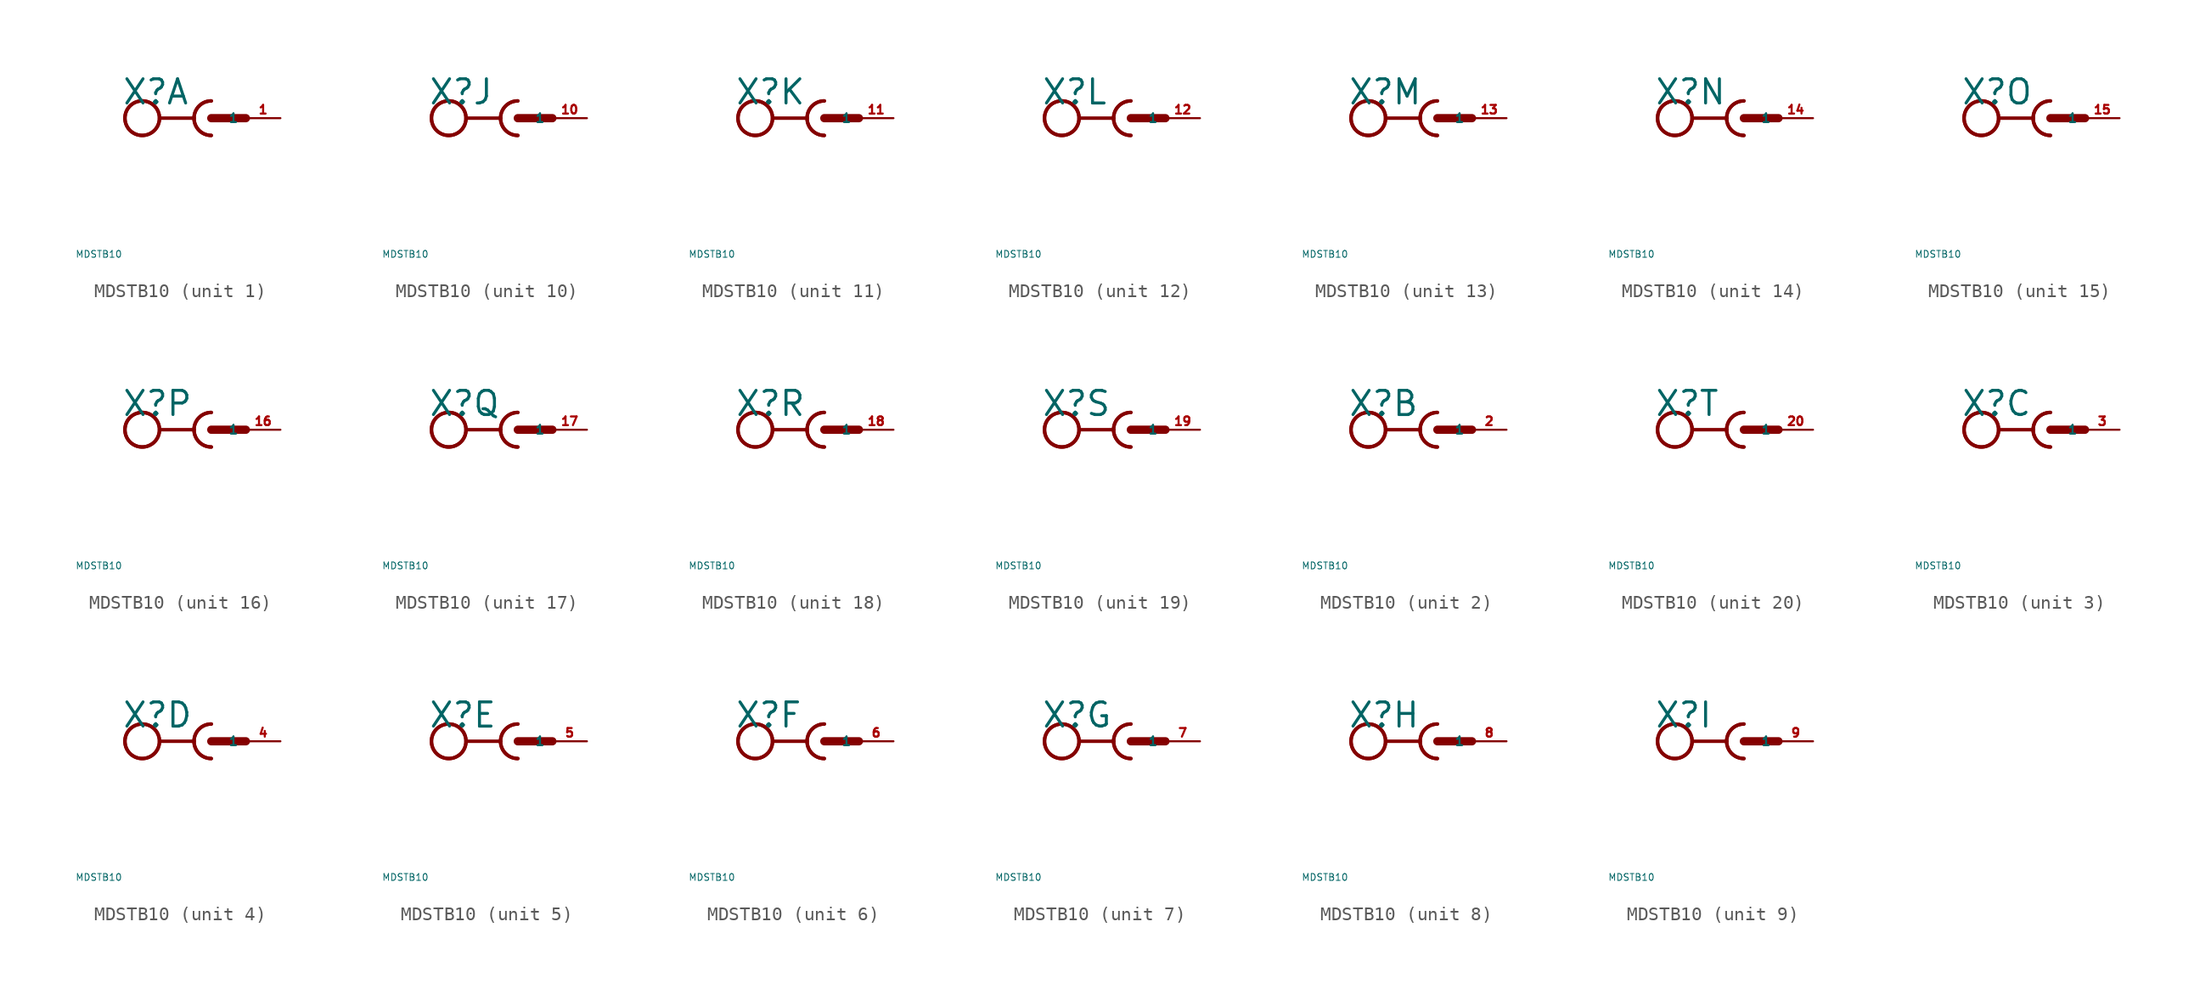
<source format=kicad_sym>
(kicad_symbol_lib
  (version 20220914)
  (generator Eagle2Kicad)
  (symbol "MDSTB10"
    (property "Reference" "X"
      (at -6.604 0.889 0)
      (effects (font (size 1.778 1.778) (thickness 0.22)) (justify left bottom)))
    (property "Value" "MDSTB10"
      (at -10 -10 0)
      (effects (font (size 0.5 0.5) (thickness 0.06)) (justify left)))
    (symbol "MDSTB10_1_0"
      (arc (start -1.27 0) (mid -0.898 -0.898) (end 0 -1.27) (stroke (width 0.254) (type default)) (fill (type none)))
      (arc (start 0 1.27) (mid -0.898 0.898) (end -1.27 0) (stroke (width 0.254) (type default)) (fill (type none)))
      (polyline (pts (xy -3.81 0) (xy -1.27 0)) (stroke (width 0.254) (type default)) (fill (type none)))
      (arc (start 0 1.27) (mid -1.270 0.000) (end 0 -1.27) (stroke (width 0.254) (type default)) (fill (type none)))
      (polyline (pts (xy 0 0) (xy 2.54 0)) (stroke (width 0.61) (type default)) (fill (type none)))
      (circle (center -5.08 0) (radius 1.27) (stroke (width 0.254) (type default)) (fill (type none)))
      (circle (center -5.08 0) (radius 1.27) (stroke (width 0.254) (type default)) (fill (type none)))
      (pin passive line (at 5.08 0 180) (length 2.54) (name "1" (effects (font (size 0.635 0.635) (thickness 0.08)) (justify left bottom))) (number "1" (effects (font (size 0.635 0.635) (thickness 0.08)) (justify left bottom)))))
    (symbol "MDSTB10_2_0"
      (arc (start -1.27 0) (mid -0.898 -0.898) (end 0 -1.27) (stroke (width 0.254) (type default)) (fill (type none)))
      (arc (start 0 1.27) (mid -0.898 0.898) (end -1.27 0) (stroke (width 0.254) (type default)) (fill (type none)))
      (polyline (pts (xy -3.81 0) (xy -1.27 0)) (stroke (width 0.254) (type default)) (fill (type none)))
      (arc (start 0 1.27) (mid -1.270 0.000) (end 0 -1.27) (stroke (width 0.254) (type default)) (fill (type none)))
      (polyline (pts (xy 0 0) (xy 2.54 0)) (stroke (width 0.61) (type default)) (fill (type none)))
      (circle (center -5.08 0) (radius 1.27) (stroke (width 0.254) (type default)) (fill (type none)))
      (circle (center -5.08 0) (radius 1.27) (stroke (width 0.254) (type default)) (fill (type none)))
      (pin passive line (at 5.08 0 180) (length 2.54) (name "1" (effects (font (size 0.635 0.635) (thickness 0.08)) (justify left bottom))) (number "2" (effects (font (size 0.635 0.635) (thickness 0.08)) (justify left bottom)))))
    (symbol "MDSTB10_3_0"
      (arc (start -1.27 0) (mid -0.898 -0.898) (end 0 -1.27) (stroke (width 0.254) (type default)) (fill (type none)))
      (arc (start 0 1.27) (mid -0.898 0.898) (end -1.27 0) (stroke (width 0.254) (type default)) (fill (type none)))
      (polyline (pts (xy -3.81 0) (xy -1.27 0)) (stroke (width 0.254) (type default)) (fill (type none)))
      (arc (start 0 1.27) (mid -1.270 0.000) (end 0 -1.27) (stroke (width 0.254) (type default)) (fill (type none)))
      (polyline (pts (xy 0 0) (xy 2.54 0)) (stroke (width 0.61) (type default)) (fill (type none)))
      (circle (center -5.08 0) (radius 1.27) (stroke (width 0.254) (type default)) (fill (type none)))
      (circle (center -5.08 0) (radius 1.27) (stroke (width 0.254) (type default)) (fill (type none)))
      (pin passive line (at 5.08 0 180) (length 2.54) (name "1" (effects (font (size 0.635 0.635) (thickness 0.08)) (justify left bottom))) (number "3" (effects (font (size 0.635 0.635) (thickness 0.08)) (justify left bottom)))))
    (symbol "MDSTB10_4_0"
      (arc (start -1.27 0) (mid -0.898 -0.898) (end 0 -1.27) (stroke (width 0.254) (type default)) (fill (type none)))
      (arc (start 0 1.27) (mid -0.898 0.898) (end -1.27 0) (stroke (width 0.254) (type default)) (fill (type none)))
      (polyline (pts (xy -3.81 0) (xy -1.27 0)) (stroke (width 0.254) (type default)) (fill (type none)))
      (arc (start 0 1.27) (mid -1.270 0.000) (end 0 -1.27) (stroke (width 0.254) (type default)) (fill (type none)))
      (polyline (pts (xy 0 0) (xy 2.54 0)) (stroke (width 0.61) (type default)) (fill (type none)))
      (circle (center -5.08 0) (radius 1.27) (stroke (width 0.254) (type default)) (fill (type none)))
      (circle (center -5.08 0) (radius 1.27) (stroke (width 0.254) (type default)) (fill (type none)))
      (pin passive line (at 5.08 0 180) (length 2.54) (name "1" (effects (font (size 0.635 0.635) (thickness 0.08)) (justify left bottom))) (number "4" (effects (font (size 0.635 0.635) (thickness 0.08)) (justify left bottom)))))
    (symbol "MDSTB10_5_0"
      (arc (start -1.27 0) (mid -0.898 -0.898) (end 0 -1.27) (stroke (width 0.254) (type default)) (fill (type none)))
      (arc (start 0 1.27) (mid -0.898 0.898) (end -1.27 0) (stroke (width 0.254) (type default)) (fill (type none)))
      (polyline (pts (xy -3.81 0) (xy -1.27 0)) (stroke (width 0.254) (type default)) (fill (type none)))
      (arc (start 0 1.27) (mid -1.270 0.000) (end 0 -1.27) (stroke (width 0.254) (type default)) (fill (type none)))
      (polyline (pts (xy 0 0) (xy 2.54 0)) (stroke (width 0.61) (type default)) (fill (type none)))
      (circle (center -5.08 0) (radius 1.27) (stroke (width 0.254) (type default)) (fill (type none)))
      (circle (center -5.08 0) (radius 1.27) (stroke (width 0.254) (type default)) (fill (type none)))
      (pin passive line (at 5.08 0 180) (length 2.54) (name "1" (effects (font (size 0.635 0.635) (thickness 0.08)) (justify left bottom))) (number "5" (effects (font (size 0.635 0.635) (thickness 0.08)) (justify left bottom)))))
    (symbol "MDSTB10_6_0"
      (arc (start -1.27 0) (mid -0.898 -0.898) (end 0 -1.27) (stroke (width 0.254) (type default)) (fill (type none)))
      (arc (start 0 1.27) (mid -0.898 0.898) (end -1.27 0) (stroke (width 0.254) (type default)) (fill (type none)))
      (polyline (pts (xy -3.81 0) (xy -1.27 0)) (stroke (width 0.254) (type default)) (fill (type none)))
      (arc (start 0 1.27) (mid -1.270 0.000) (end 0 -1.27) (stroke (width 0.254) (type default)) (fill (type none)))
      (polyline (pts (xy 0 0) (xy 2.54 0)) (stroke (width 0.61) (type default)) (fill (type none)))
      (circle (center -5.08 0) (radius 1.27) (stroke (width 0.254) (type default)) (fill (type none)))
      (circle (center -5.08 0) (radius 1.27) (stroke (width 0.254) (type default)) (fill (type none)))
      (pin passive line (at 5.08 0 180) (length 2.54) (name "1" (effects (font (size 0.635 0.635) (thickness 0.08)) (justify left bottom))) (number "6" (effects (font (size 0.635 0.635) (thickness 0.08)) (justify left bottom)))))
    (symbol "MDSTB10_7_0"
      (arc (start -1.27 0) (mid -0.898 -0.898) (end 0 -1.27) (stroke (width 0.254) (type default)) (fill (type none)))
      (arc (start 0 1.27) (mid -0.898 0.898) (end -1.27 0) (stroke (width 0.254) (type default)) (fill (type none)))
      (polyline (pts (xy -3.81 0) (xy -1.27 0)) (stroke (width 0.254) (type default)) (fill (type none)))
      (arc (start 0 1.27) (mid -1.270 0.000) (end 0 -1.27) (stroke (width 0.254) (type default)) (fill (type none)))
      (polyline (pts (xy 0 0) (xy 2.54 0)) (stroke (width 0.61) (type default)) (fill (type none)))
      (circle (center -5.08 0) (radius 1.27) (stroke (width 0.254) (type default)) (fill (type none)))
      (circle (center -5.08 0) (radius 1.27) (stroke (width 0.254) (type default)) (fill (type none)))
      (pin passive line (at 5.08 0 180) (length 2.54) (name "1" (effects (font (size 0.635 0.635) (thickness 0.08)) (justify left bottom))) (number "7" (effects (font (size 0.635 0.635) (thickness 0.08)) (justify left bottom)))))
    (symbol "MDSTB10_8_0"
      (arc (start -1.27 0) (mid -0.898 -0.898) (end 0 -1.27) (stroke (width 0.254) (type default)) (fill (type none)))
      (arc (start 0 1.27) (mid -0.898 0.898) (end -1.27 0) (stroke (width 0.254) (type default)) (fill (type none)))
      (polyline (pts (xy -3.81 0) (xy -1.27 0)) (stroke (width 0.254) (type default)) (fill (type none)))
      (arc (start 0 1.27) (mid -1.270 0.000) (end 0 -1.27) (stroke (width 0.254) (type default)) (fill (type none)))
      (polyline (pts (xy 0 0) (xy 2.54 0)) (stroke (width 0.61) (type default)) (fill (type none)))
      (circle (center -5.08 0) (radius 1.27) (stroke (width 0.254) (type default)) (fill (type none)))
      (circle (center -5.08 0) (radius 1.27) (stroke (width 0.254) (type default)) (fill (type none)))
      (pin passive line (at 5.08 0 180) (length 2.54) (name "1" (effects (font (size 0.635 0.635) (thickness 0.08)) (justify left bottom))) (number "8" (effects (font (size 0.635 0.635) (thickness 0.08)) (justify left bottom)))))
    (symbol "MDSTB10_9_0"
      (arc (start -1.27 0) (mid -0.898 -0.898) (end 0 -1.27) (stroke (width 0.254) (type default)) (fill (type none)))
      (arc (start 0 1.27) (mid -0.898 0.898) (end -1.27 0) (stroke (width 0.254) (type default)) (fill (type none)))
      (polyline (pts (xy -3.81 0) (xy -1.27 0)) (stroke (width 0.254) (type default)) (fill (type none)))
      (arc (start 0 1.27) (mid -1.270 0.000) (end 0 -1.27) (stroke (width 0.254) (type default)) (fill (type none)))
      (polyline (pts (xy 0 0) (xy 2.54 0)) (stroke (width 0.61) (type default)) (fill (type none)))
      (circle (center -5.08 0) (radius 1.27) (stroke (width 0.254) (type default)) (fill (type none)))
      (circle (center -5.08 0) (radius 1.27) (stroke (width 0.254) (type default)) (fill (type none)))
      (pin passive line (at 5.08 0 180) (length 2.54) (name "1" (effects (font (size 0.635 0.635) (thickness 0.08)) (justify left bottom))) (number "9" (effects (font (size 0.635 0.635) (thickness 0.08)) (justify left bottom)))))
    (symbol "MDSTB10_10_0"
      (arc (start -1.27 0) (mid -0.898 -0.898) (end 0 -1.27) (stroke (width 0.254) (type default)) (fill (type none)))
      (arc (start 0 1.27) (mid -0.898 0.898) (end -1.27 0) (stroke (width 0.254) (type default)) (fill (type none)))
      (polyline (pts (xy -3.81 0) (xy -1.27 0)) (stroke (width 0.254) (type default)) (fill (type none)))
      (arc (start 0 1.27) (mid -1.270 0.000) (end 0 -1.27) (stroke (width 0.254) (type default)) (fill (type none)))
      (polyline (pts (xy 0 0) (xy 2.54 0)) (stroke (width 0.61) (type default)) (fill (type none)))
      (circle (center -5.08 0) (radius 1.27) (stroke (width 0.254) (type default)) (fill (type none)))
      (circle (center -5.08 0) (radius 1.27) (stroke (width 0.254) (type default)) (fill (type none)))
      (pin passive line (at 5.08 0 180) (length 2.54) (name "1" (effects (font (size 0.635 0.635) (thickness 0.08)) (justify left bottom))) (number "10" (effects (font (size 0.635 0.635) (thickness 0.08)) (justify left bottom)))))
    (symbol "MDSTB10_11_0"
      (arc (start -1.27 0) (mid -0.898 -0.898) (end 0 -1.27) (stroke (width 0.254) (type default)) (fill (type none)))
      (arc (start 0 1.27) (mid -0.898 0.898) (end -1.27 0) (stroke (width 0.254) (type default)) (fill (type none)))
      (polyline (pts (xy -3.81 0) (xy -1.27 0)) (stroke (width 0.254) (type default)) (fill (type none)))
      (arc (start 0 1.27) (mid -1.270 0.000) (end 0 -1.27) (stroke (width 0.254) (type default)) (fill (type none)))
      (polyline (pts (xy 0 0) (xy 2.54 0)) (stroke (width 0.61) (type default)) (fill (type none)))
      (circle (center -5.08 0) (radius 1.27) (stroke (width 0.254) (type default)) (fill (type none)))
      (circle (center -5.08 0) (radius 1.27) (stroke (width 0.254) (type default)) (fill (type none)))
      (pin passive line (at 5.08 0 180) (length 2.54) (name "1" (effects (font (size 0.635 0.635) (thickness 0.08)) (justify left bottom))) (number "11" (effects (font (size 0.635 0.635) (thickness 0.08)) (justify left bottom)))))
    (symbol "MDSTB10_12_0"
      (arc (start -1.27 0) (mid -0.898 -0.898) (end 0 -1.27) (stroke (width 0.254) (type default)) (fill (type none)))
      (arc (start 0 1.27) (mid -0.898 0.898) (end -1.27 0) (stroke (width 0.254) (type default)) (fill (type none)))
      (polyline (pts (xy -3.81 0) (xy -1.27 0)) (stroke (width 0.254) (type default)) (fill (type none)))
      (arc (start 0 1.27) (mid -1.270 0.000) (end 0 -1.27) (stroke (width 0.254) (type default)) (fill (type none)))
      (polyline (pts (xy 0 0) (xy 2.54 0)) (stroke (width 0.61) (type default)) (fill (type none)))
      (circle (center -5.08 0) (radius 1.27) (stroke (width 0.254) (type default)) (fill (type none)))
      (circle (center -5.08 0) (radius 1.27) (stroke (width 0.254) (type default)) (fill (type none)))
      (pin passive line (at 5.08 0 180) (length 2.54) (name "1" (effects (font (size 0.635 0.635) (thickness 0.08)) (justify left bottom))) (number "12" (effects (font (size 0.635 0.635) (thickness 0.08)) (justify left bottom)))))
    (symbol "MDSTB10_13_0"
      (arc (start -1.27 0) (mid -0.898 -0.898) (end 0 -1.27) (stroke (width 0.254) (type default)) (fill (type none)))
      (arc (start 0 1.27) (mid -0.898 0.898) (end -1.27 0) (stroke (width 0.254) (type default)) (fill (type none)))
      (polyline (pts (xy -3.81 0) (xy -1.27 0)) (stroke (width 0.254) (type default)) (fill (type none)))
      (arc (start 0 1.27) (mid -1.270 0.000) (end 0 -1.27) (stroke (width 0.254) (type default)) (fill (type none)))
      (polyline (pts (xy 0 0) (xy 2.54 0)) (stroke (width 0.61) (type default)) (fill (type none)))
      (circle (center -5.08 0) (radius 1.27) (stroke (width 0.254) (type default)) (fill (type none)))
      (circle (center -5.08 0) (radius 1.27) (stroke (width 0.254) (type default)) (fill (type none)))
      (pin passive line (at 5.08 0 180) (length 2.54) (name "1" (effects (font (size 0.635 0.635) (thickness 0.08)) (justify left bottom))) (number "13" (effects (font (size 0.635 0.635) (thickness 0.08)) (justify left bottom)))))
    (symbol "MDSTB10_14_0"
      (arc (start -1.27 0) (mid -0.898 -0.898) (end 0 -1.27) (stroke (width 0.254) (type default)) (fill (type none)))
      (arc (start 0 1.27) (mid -0.898 0.898) (end -1.27 0) (stroke (width 0.254) (type default)) (fill (type none)))
      (polyline (pts (xy -3.81 0) (xy -1.27 0)) (stroke (width 0.254) (type default)) (fill (type none)))
      (arc (start 0 1.27) (mid -1.270 0.000) (end 0 -1.27) (stroke (width 0.254) (type default)) (fill (type none)))
      (polyline (pts (xy 0 0) (xy 2.54 0)) (stroke (width 0.61) (type default)) (fill (type none)))
      (circle (center -5.08 0) (radius 1.27) (stroke (width 0.254) (type default)) (fill (type none)))
      (circle (center -5.08 0) (radius 1.27) (stroke (width 0.254) (type default)) (fill (type none)))
      (pin passive line (at 5.08 0 180) (length 2.54) (name "1" (effects (font (size 0.635 0.635) (thickness 0.08)) (justify left bottom))) (number "14" (effects (font (size 0.635 0.635) (thickness 0.08)) (justify left bottom)))))
    (symbol "MDSTB10_15_0"
      (arc (start -1.27 0) (mid -0.898 -0.898) (end 0 -1.27) (stroke (width 0.254) (type default)) (fill (type none)))
      (arc (start 0 1.27) (mid -0.898 0.898) (end -1.27 0) (stroke (width 0.254) (type default)) (fill (type none)))
      (polyline (pts (xy -3.81 0) (xy -1.27 0)) (stroke (width 0.254) (type default)) (fill (type none)))
      (arc (start 0 1.27) (mid -1.270 0.000) (end 0 -1.27) (stroke (width 0.254) (type default)) (fill (type none)))
      (polyline (pts (xy 0 0) (xy 2.54 0)) (stroke (width 0.61) (type default)) (fill (type none)))
      (circle (center -5.08 0) (radius 1.27) (stroke (width 0.254) (type default)) (fill (type none)))
      (circle (center -5.08 0) (radius 1.27) (stroke (width 0.254) (type default)) (fill (type none)))
      (pin passive line (at 5.08 0 180) (length 2.54) (name "1" (effects (font (size 0.635 0.635) (thickness 0.08)) (justify left bottom))) (number "15" (effects (font (size 0.635 0.635) (thickness 0.08)) (justify left bottom)))))
    (symbol "MDSTB10_16_0"
      (arc (start -1.27 0) (mid -0.898 -0.898) (end 0 -1.27) (stroke (width 0.254) (type default)) (fill (type none)))
      (arc (start 0 1.27) (mid -0.898 0.898) (end -1.27 0) (stroke (width 0.254) (type default)) (fill (type none)))
      (polyline (pts (xy -3.81 0) (xy -1.27 0)) (stroke (width 0.254) (type default)) (fill (type none)))
      (arc (start 0 1.27) (mid -1.270 0.000) (end 0 -1.27) (stroke (width 0.254) (type default)) (fill (type none)))
      (polyline (pts (xy 0 0) (xy 2.54 0)) (stroke (width 0.61) (type default)) (fill (type none)))
      (circle (center -5.08 0) (radius 1.27) (stroke (width 0.254) (type default)) (fill (type none)))
      (circle (center -5.08 0) (radius 1.27) (stroke (width 0.254) (type default)) (fill (type none)))
      (pin passive line (at 5.08 0 180) (length 2.54) (name "1" (effects (font (size 0.635 0.635) (thickness 0.08)) (justify left bottom))) (number "16" (effects (font (size 0.635 0.635) (thickness 0.08)) (justify left bottom)))))
    (symbol "MDSTB10_17_0"
      (arc (start -1.27 0) (mid -0.898 -0.898) (end 0 -1.27) (stroke (width 0.254) (type default)) (fill (type none)))
      (arc (start 0 1.27) (mid -0.898 0.898) (end -1.27 0) (stroke (width 0.254) (type default)) (fill (type none)))
      (polyline (pts (xy -3.81 0) (xy -1.27 0)) (stroke (width 0.254) (type default)) (fill (type none)))
      (arc (start 0 1.27) (mid -1.270 0.000) (end 0 -1.27) (stroke (width 0.254) (type default)) (fill (type none)))
      (polyline (pts (xy 0 0) (xy 2.54 0)) (stroke (width 0.61) (type default)) (fill (type none)))
      (circle (center -5.08 0) (radius 1.27) (stroke (width 0.254) (type default)) (fill (type none)))
      (circle (center -5.08 0) (radius 1.27) (stroke (width 0.254) (type default)) (fill (type none)))
      (pin passive line (at 5.08 0 180) (length 2.54) (name "1" (effects (font (size 0.635 0.635) (thickness 0.08)) (justify left bottom))) (number "17" (effects (font (size 0.635 0.635) (thickness 0.08)) (justify left bottom)))))
    (symbol "MDSTB10_18_0"
      (arc (start -1.27 0) (mid -0.898 -0.898) (end 0 -1.27) (stroke (width 0.254) (type default)) (fill (type none)))
      (arc (start 0 1.27) (mid -0.898 0.898) (end -1.27 0) (stroke (width 0.254) (type default)) (fill (type none)))
      (polyline (pts (xy -3.81 0) (xy -1.27 0)) (stroke (width 0.254) (type default)) (fill (type none)))
      (arc (start 0 1.27) (mid -1.270 0.000) (end 0 -1.27) (stroke (width 0.254) (type default)) (fill (type none)))
      (polyline (pts (xy 0 0) (xy 2.54 0)) (stroke (width 0.61) (type default)) (fill (type none)))
      (circle (center -5.08 0) (radius 1.27) (stroke (width 0.254) (type default)) (fill (type none)))
      (circle (center -5.08 0) (radius 1.27) (stroke (width 0.254) (type default)) (fill (type none)))
      (pin passive line (at 5.08 0 180) (length 2.54) (name "1" (effects (font (size 0.635 0.635) (thickness 0.08)) (justify left bottom))) (number "18" (effects (font (size 0.635 0.635) (thickness 0.08)) (justify left bottom)))))
    (symbol "MDSTB10_19_0"
      (arc (start -1.27 0) (mid -0.898 -0.898) (end 0 -1.27) (stroke (width 0.254) (type default)) (fill (type none)))
      (arc (start 0 1.27) (mid -0.898 0.898) (end -1.27 0) (stroke (width 0.254) (type default)) (fill (type none)))
      (polyline (pts (xy -3.81 0) (xy -1.27 0)) (stroke (width 0.254) (type default)) (fill (type none)))
      (arc (start 0 1.27) (mid -1.270 0.000) (end 0 -1.27) (stroke (width 0.254) (type default)) (fill (type none)))
      (polyline (pts (xy 0 0) (xy 2.54 0)) (stroke (width 0.61) (type default)) (fill (type none)))
      (circle (center -5.08 0) (radius 1.27) (stroke (width 0.254) (type default)) (fill (type none)))
      (circle (center -5.08 0) (radius 1.27) (stroke (width 0.254) (type default)) (fill (type none)))
      (pin passive line (at 5.08 0 180) (length 2.54) (name "1" (effects (font (size 0.635 0.635) (thickness 0.08)) (justify left bottom))) (number "19" (effects (font (size 0.635 0.635) (thickness 0.08)) (justify left bottom)))))
    (symbol "MDSTB10_20_0"
      (arc (start -1.27 0) (mid -0.898 -0.898) (end 0 -1.27) (stroke (width 0.254) (type default)) (fill (type none)))
      (arc (start 0 1.27) (mid -0.898 0.898) (end -1.27 0) (stroke (width 0.254) (type default)) (fill (type none)))
      (polyline (pts (xy -3.81 0) (xy -1.27 0)) (stroke (width 0.254) (type default)) (fill (type none)))
      (arc (start 0 1.27) (mid -1.270 0.000) (end 0 -1.27) (stroke (width 0.254) (type default)) (fill (type none)))
      (polyline (pts (xy 0 0) (xy 2.54 0)) (stroke (width 0.61) (type default)) (fill (type none)))
      (circle (center -5.08 0) (radius 1.27) (stroke (width 0.254) (type default)) (fill (type none)))
      (circle (center -5.08 0) (radius 1.27) (stroke (width 0.254) (type default)) (fill (type none)))
      (pin passive line (at 5.08 0 180) (length 2.54) (name "1" (effects (font (size 0.635 0.635) (thickness 0.08)) (justify left bottom))) (number "20" (effects (font (size 0.635 0.635) (thickness 0.08)) (justify left bottom)))))))
</source>
